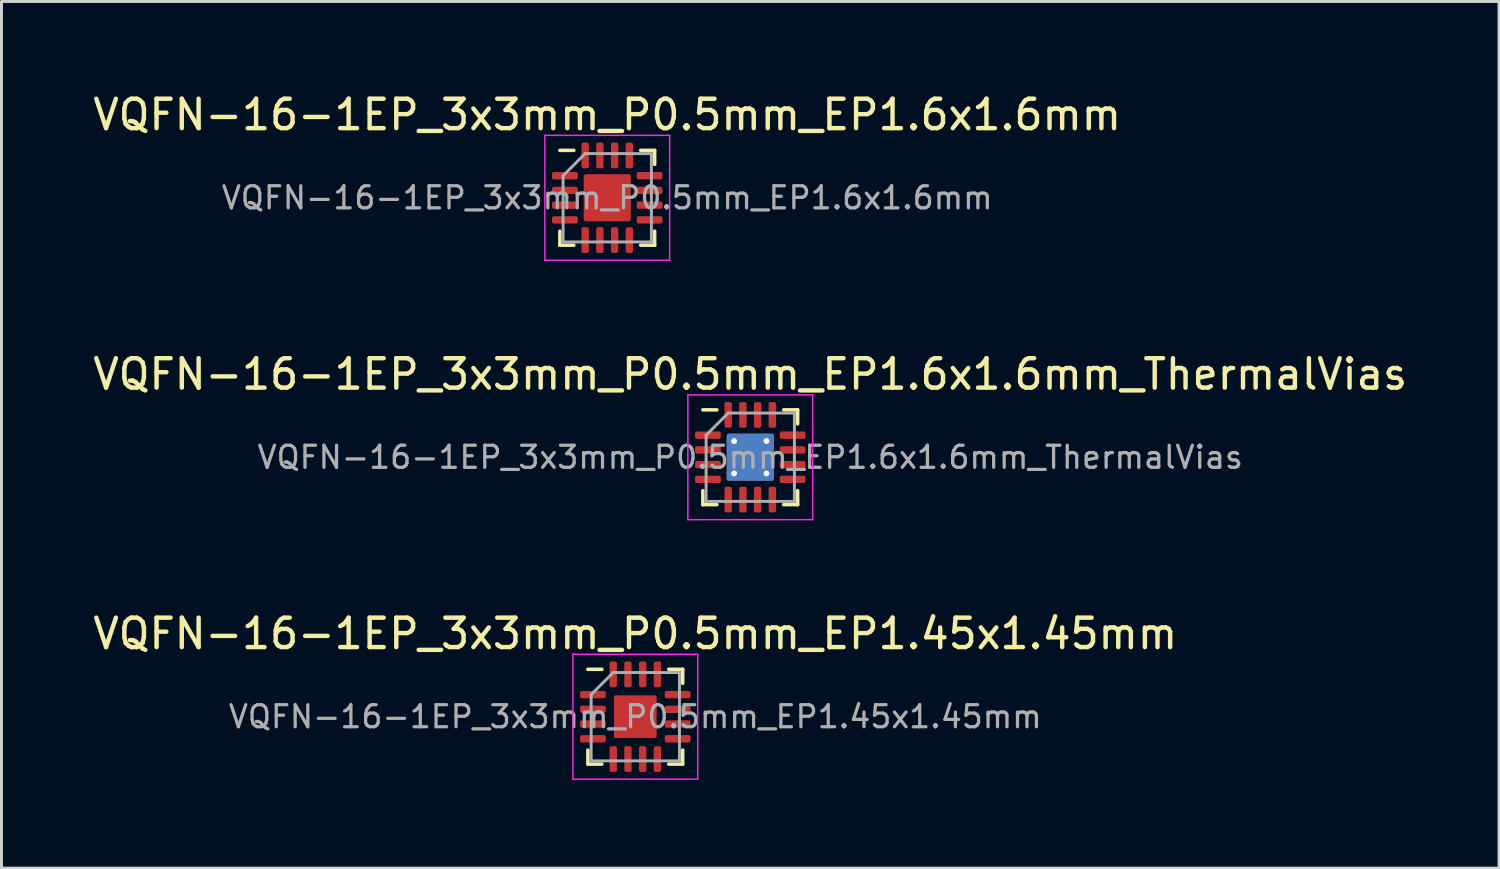
<source format=kicad_pcb>
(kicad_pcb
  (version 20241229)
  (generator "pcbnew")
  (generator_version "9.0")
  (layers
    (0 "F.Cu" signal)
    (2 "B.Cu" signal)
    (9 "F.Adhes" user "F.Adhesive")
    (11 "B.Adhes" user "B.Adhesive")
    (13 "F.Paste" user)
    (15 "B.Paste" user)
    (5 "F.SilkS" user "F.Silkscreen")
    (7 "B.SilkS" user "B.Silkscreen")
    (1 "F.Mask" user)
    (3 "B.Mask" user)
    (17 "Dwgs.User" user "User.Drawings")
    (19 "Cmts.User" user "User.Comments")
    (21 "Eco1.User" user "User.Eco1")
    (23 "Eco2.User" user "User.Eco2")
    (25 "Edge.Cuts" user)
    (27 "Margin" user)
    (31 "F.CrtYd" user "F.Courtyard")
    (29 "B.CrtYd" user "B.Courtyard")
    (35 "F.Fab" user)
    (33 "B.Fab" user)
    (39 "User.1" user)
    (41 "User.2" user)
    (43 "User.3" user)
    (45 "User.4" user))
  (footprint "VQFN-16-1EP_3x3mm_P0.5mm_EP1.6x1.6mm_ThermalVias"
    (layer "F.Cu")
    (at 22.435 12.482)
    (property "Reference" "VQFN-16-1EP_3x3mm_P0.5mm_EP1.6x1.6mm_ThermalVias" (at 0 -2.82 0) (layer "F.SilkS") (effects (font (size 1 1) (thickness 0.15))))
    (attr smd)
    (fp_line (start -1.61 1.61) (end -1.61 1.135) (stroke (width 0.12) (type solid)) (layer "F.SilkS"))
    (fp_line (start -1.135 -1.61) (end -1.61 -1.61) (stroke (width 0.12) (type solid)) (layer "F.SilkS"))
    (fp_line (start -1.135 1.61) (end -1.61 1.61) (stroke (width 0.12) (type solid)) (layer "F.SilkS"))
    (fp_line (start 1.135 -1.61) (end 1.61 -1.61) (stroke (width 0.12) (type solid)) (layer "F.SilkS"))
    (fp_line (start 1.135 1.61) (end 1.61 1.61) (stroke (width 0.12) (type solid)) (layer "F.SilkS"))
    (fp_line (start 1.61 -1.61) (end 1.61 -1.135) (stroke (width 0.12) (type solid)) (layer "F.SilkS"))
    (fp_line (start 1.61 1.61) (end 1.61 1.135) (stroke (width 0.12) (type solid)) (layer "F.SilkS"))
    (fp_line (start -2.12 -2.12) (end -2.12 2.12) (stroke (width 0.05) (type solid)) (layer "F.CrtYd"))
    (fp_line (start -2.12 2.12) (end 2.12 2.12) (stroke (width 0.05) (type solid)) (layer "F.CrtYd"))
    (fp_line (start 2.12 -2.12) (end -2.12 -2.12) (stroke (width 0.05) (type solid)) (layer "F.CrtYd"))
    (fp_line (start 2.12 2.12) (end 2.12 -2.12) (stroke (width 0.05) (type solid)) (layer "F.CrtYd"))
    (fp_line (start -1.5 -0.75) (end -0.75 -1.5) (stroke (width 0.1) (type solid)) (layer "F.Fab"))
    (fp_line (start -1.5 1.5) (end -1.5 -0.75) (stroke (width 0.1) (type solid)) (layer "F.Fab"))
    (fp_line (start -0.75 -1.5) (end 1.5 -1.5) (stroke (width 0.1) (type solid)) (layer "F.Fab"))
    (fp_line (start 1.5 -1.5) (end 1.5 1.5) (stroke (width 0.1) (type solid)) (layer "F.Fab"))
    (fp_line (start 1.5 1.5) (end -1.5 1.5) (stroke (width 0.1) (type solid)) (layer "F.Fab"))
    (fp_text user "${REFERENCE}" (at 0 0 0) (layer "F.Fab") (effects (font (size 0.75 0.75) (thickness 0.11))))
    (pad "" smd roundrect (at -0.4 -0.4) (size 0.69 0.69) (layers "F.Paste") (roundrect_rratio 0.25))
    (pad "" smd roundrect (at -0.4 0.4) (size 0.69 0.69) (layers "F.Paste") (roundrect_rratio 0.25))
    (pad "" smd roundrect (at 0.4 -0.4) (size 0.69 0.69) (layers "F.Paste") (roundrect_rratio 0.25))
    (pad "" smd roundrect (at 0.4 0.4) (size 0.69 0.69) (layers "F.Paste") (roundrect_rratio 0.25))
    (pad "1" smd roundrect (at -1.438 -0.75) (size 0.875 0.25) (layers "F.Cu" "F.Mask" "F.Paste") (roundrect_rratio 0.25))
    (pad "2" smd roundrect (at -1.438 -0.25) (size 0.875 0.25) (layers "F.Cu" "F.Mask" "F.Paste") (roundrect_rratio 0.25))
    (pad "3" smd roundrect (at -1.438 0.25) (size 0.875 0.25) (layers "F.Cu" "F.Mask" "F.Paste") (roundrect_rratio 0.25))
    (pad "4" smd roundrect (at -1.438 0.75) (size 0.875 0.25) (layers "F.Cu" "F.Mask" "F.Paste") (roundrect_rratio 0.25))
    (pad "5" smd roundrect (at -0.75 1.438) (size 0.25 0.875) (layers "F.Cu" "F.Mask" "F.Paste") (roundrect_rratio 0.25))
    (pad "6" smd roundrect (at -0.25 1.438) (size 0.25 0.875) (layers "F.Cu" "F.Mask" "F.Paste") (roundrect_rratio 0.25))
    (pad "7" smd roundrect (at 0.25 1.438) (size 0.25 0.875) (layers "F.Cu" "F.Mask" "F.Paste") (roundrect_rratio 0.25))
    (pad "8" smd roundrect (at 0.75 1.438) (size 0.25 0.875) (layers "F.Cu" "F.Mask" "F.Paste") (roundrect_rratio 0.25))
    (pad "9" smd roundrect (at 1.438 0.75) (size 0.875 0.25) (layers "F.Cu" "F.Mask" "F.Paste") (roundrect_rratio 0.25))
    (pad "10" smd roundrect (at 1.438 0.25) (size 0.875 0.25) (layers "F.Cu" "F.Mask" "F.Paste") (roundrect_rratio 0.25))
    (pad "11" smd roundrect (at 1.438 -0.25) (size 0.875 0.25) (layers "F.Cu" "F.Mask" "F.Paste") (roundrect_rratio 0.25))
    (pad "12" smd roundrect (at 1.438 -0.75) (size 0.875 0.25) (layers "F.Cu" "F.Mask" "F.Paste") (roundrect_rratio 0.25))
    (pad "13" smd roundrect (at 0.75 -1.438) (size 0.25 0.875) (layers "F.Cu" "F.Mask" "F.Paste") (roundrect_rratio 0.25))
    (pad "14" smd roundrect (at 0.25 -1.438) (size 0.25 0.875) (layers "F.Cu" "F.Mask" "F.Paste") (roundrect_rratio 0.25))
    (pad "15" smd roundrect (at -0.25 -1.438) (size 0.25 0.875) (layers "F.Cu" "F.Mask" "F.Paste") (roundrect_rratio 0.25))
    (pad "16" smd roundrect (at -0.75 -1.438) (size 0.25 0.875) (layers "F.Cu" "F.Mask" "F.Paste") (roundrect_rratio 0.25))
    (pad "17" thru_hole circle (at -0.55 -0.55) (size 0.5 0.5) (drill 0.2) (layers "*.Cu"))
    (pad "17" thru_hole circle (at -0.55 0.55) (size 0.5 0.5) (drill 0.2) (layers "*.Cu"))
    (pad "17" smd roundrect (at 0 0) (size 1.6 1.6) (layers "F.Cu" "F.Mask") (roundrect_rratio 0.039))
    (pad "17" smd roundrect (at 0 0) (size 1.6 1.6) (layers "B.Cu") (roundrect_rratio 0.039))
    (pad "17" thru_hole circle (at 0.55 -0.55) (size 0.5 0.5) (drill 0.2) (layers "*.Cu"))
    (pad "17" thru_hole circle (at 0.55 0.55) (size 0.5 0.5) (drill 0.2) (layers "*.Cu")))
  (footprint "VQFN-16-1EP_3x3mm_P0.5mm_EP1.6x1.6mm"
    (layer "F.Cu")
    (at 17.577 3.668)
    (property "Reference" "VQFN-16-1EP_3x3mm_P0.5mm_EP1.6x1.6mm" (at 0 -2.82 0) (layer "F.SilkS") (effects (font (size 1 1) (thickness 0.15))))
    (attr smd)
    (fp_line (start -1.61 1.61) (end -1.61 1.135) (stroke (width 0.12) (type solid)) (layer "F.SilkS"))
    (fp_line (start -1.135 -1.61) (end -1.61 -1.61) (stroke (width 0.12) (type solid)) (layer "F.SilkS"))
    (fp_line (start -1.135 1.61) (end -1.61 1.61) (stroke (width 0.12) (type solid)) (layer "F.SilkS"))
    (fp_line (start 1.135 -1.61) (end 1.61 -1.61) (stroke (width 0.12) (type solid)) (layer "F.SilkS"))
    (fp_line (start 1.135 1.61) (end 1.61 1.61) (stroke (width 0.12) (type solid)) (layer "F.SilkS"))
    (fp_line (start 1.61 -1.61) (end 1.61 -1.135) (stroke (width 0.12) (type solid)) (layer "F.SilkS"))
    (fp_line (start 1.61 1.61) (end 1.61 1.135) (stroke (width 0.12) (type solid)) (layer "F.SilkS"))
    (fp_line (start -2.12 -2.12) (end -2.12 2.12) (stroke (width 0.05) (type solid)) (layer "F.CrtYd"))
    (fp_line (start -2.12 2.12) (end 2.12 2.12) (stroke (width 0.05) (type solid)) (layer "F.CrtYd"))
    (fp_line (start 2.12 -2.12) (end -2.12 -2.12) (stroke (width 0.05) (type solid)) (layer "F.CrtYd"))
    (fp_line (start 2.12 2.12) (end 2.12 -2.12) (stroke (width 0.05) (type solid)) (layer "F.CrtYd"))
    (fp_line (start -1.5 -0.75) (end -0.75 -1.5) (stroke (width 0.1) (type solid)) (layer "F.Fab"))
    (fp_line (start -1.5 1.5) (end -1.5 -0.75) (stroke (width 0.1) (type solid)) (layer "F.Fab"))
    (fp_line (start -0.75 -1.5) (end 1.5 -1.5) (stroke (width 0.1) (type solid)) (layer "F.Fab"))
    (fp_line (start 1.5 -1.5) (end 1.5 1.5) (stroke (width 0.1) (type solid)) (layer "F.Fab"))
    (fp_line (start 1.5 1.5) (end -1.5 1.5) (stroke (width 0.1) (type solid)) (layer "F.Fab"))
    (fp_text user "${REFERENCE}" (at 0 0 0) (layer "F.Fab") (effects (font (size 0.75 0.75) (thickness 0.11))))
    (pad "" smd roundrect (at -0.4 -0.4) (size 0.64 0.64) (layers "F.Paste") (roundrect_rratio 0.25))
    (pad "" smd roundrect (at -0.4 0.4) (size 0.64 0.64) (layers "F.Paste") (roundrect_rratio 0.25))
    (pad "" smd roundrect (at 0.4 -0.4) (size 0.64 0.64) (layers "F.Paste") (roundrect_rratio 0.25))
    (pad "" smd roundrect (at 0.4 0.4) (size 0.64 0.64) (layers "F.Paste") (roundrect_rratio 0.25))
    (pad "1" smd roundrect (at -1.438 -0.75) (size 0.875 0.25) (layers "F.Cu" "F.Mask" "F.Paste") (roundrect_rratio 0.25))
    (pad "2" smd roundrect (at -1.438 -0.25) (size 0.875 0.25) (layers "F.Cu" "F.Mask" "F.Paste") (roundrect_rratio 0.25))
    (pad "3" smd roundrect (at -1.438 0.25) (size 0.875 0.25) (layers "F.Cu" "F.Mask" "F.Paste") (roundrect_rratio 0.25))
    (pad "4" smd roundrect (at -1.438 0.75) (size 0.875 0.25) (layers "F.Cu" "F.Mask" "F.Paste") (roundrect_rratio 0.25))
    (pad "5" smd roundrect (at -0.75 1.438) (size 0.25 0.875) (layers "F.Cu" "F.Mask" "F.Paste") (roundrect_rratio 0.25))
    (pad "6" smd roundrect (at -0.25 1.438) (size 0.25 0.875) (layers "F.Cu" "F.Mask" "F.Paste") (roundrect_rratio 0.25))
    (pad "7" smd roundrect (at 0.25 1.438) (size 0.25 0.875) (layers "F.Cu" "F.Mask" "F.Paste") (roundrect_rratio 0.25))
    (pad "8" smd roundrect (at 0.75 1.438) (size 0.25 0.875) (layers "F.Cu" "F.Mask" "F.Paste") (roundrect_rratio 0.25))
    (pad "9" smd roundrect (at 1.438 0.75) (size 0.875 0.25) (layers "F.Cu" "F.Mask" "F.Paste") (roundrect_rratio 0.25))
    (pad "10" smd roundrect (at 1.438 0.25) (size 0.875 0.25) (layers "F.Cu" "F.Mask" "F.Paste") (roundrect_rratio 0.25))
    (pad "11" smd roundrect (at 1.438 -0.25) (size 0.875 0.25) (layers "F.Cu" "F.Mask" "F.Paste") (roundrect_rratio 0.25))
    (pad "12" smd roundrect (at 1.438 -0.75) (size 0.875 0.25) (layers "F.Cu" "F.Mask" "F.Paste") (roundrect_rratio 0.25))
    (pad "13" smd roundrect (at 0.75 -1.438) (size 0.25 0.875) (layers "F.Cu" "F.Mask" "F.Paste") (roundrect_rratio 0.25))
    (pad "14" smd roundrect (at 0.25 -1.438) (size 0.25 0.875) (layers "F.Cu" "F.Mask" "F.Paste") (roundrect_rratio 0.25))
    (pad "15" smd roundrect (at -0.25 -1.438) (size 0.25 0.875) (layers "F.Cu" "F.Mask" "F.Paste") (roundrect_rratio 0.25))
    (pad "16" smd roundrect (at -0.75 -1.438) (size 0.25 0.875) (layers "F.Cu" "F.Mask" "F.Paste") (roundrect_rratio 0.25))
    (pad "17" smd roundrect (at 0 0) (size 1.6 1.6) (layers "F.Cu" "F.Mask") (roundrect_rratio 0.039)))
  (footprint "VQFN-16-1EP_3x3mm_P0.5mm_EP1.45x1.45mm"
    (layer "F.Cu")
    (at 18.53 21.295)
    (property "Reference" "VQFN-16-1EP_3x3mm_P0.5mm_EP1.45x1.45mm" (at 0 -2.82 0) (layer "F.SilkS") (effects (font (size 1 1) (thickness 0.15))))
    (attr smd)
    (fp_line (start -1.61 1.61) (end -1.61 1.135) (stroke (width 0.12) (type solid)) (layer "F.SilkS"))
    (fp_line (start -1.135 -1.61) (end -1.61 -1.61) (stroke (width 0.12) (type solid)) (layer "F.SilkS"))
    (fp_line (start -1.135 1.61) (end -1.61 1.61) (stroke (width 0.12) (type solid)) (layer "F.SilkS"))
    (fp_line (start 1.135 -1.61) (end 1.61 -1.61) (stroke (width 0.12) (type solid)) (layer "F.SilkS"))
    (fp_line (start 1.135 1.61) (end 1.61 1.61) (stroke (width 0.12) (type solid)) (layer "F.SilkS"))
    (fp_line (start 1.61 -1.61) (end 1.61 -1.135) (stroke (width 0.12) (type solid)) (layer "F.SilkS"))
    (fp_line (start 1.61 1.61) (end 1.61 1.135) (stroke (width 0.12) (type solid)) (layer "F.SilkS"))
    (fp_line (start -2.12 -2.12) (end -2.12 2.12) (stroke (width 0.05) (type solid)) (layer "F.CrtYd"))
    (fp_line (start -2.12 2.12) (end 2.12 2.12) (stroke (width 0.05) (type solid)) (layer "F.CrtYd"))
    (fp_line (start 2.12 -2.12) (end -2.12 -2.12) (stroke (width 0.05) (type solid)) (layer "F.CrtYd"))
    (fp_line (start 2.12 2.12) (end 2.12 -2.12) (stroke (width 0.05) (type solid)) (layer "F.CrtYd"))
    (fp_line (start -1.5 -0.75) (end -0.75 -1.5) (stroke (width 0.1) (type solid)) (layer "F.Fab"))
    (fp_line (start -1.5 1.5) (end -1.5 -0.75) (stroke (width 0.1) (type solid)) (layer "F.Fab"))
    (fp_line (start -0.75 -1.5) (end 1.5 -1.5) (stroke (width 0.1) (type solid)) (layer "F.Fab"))
    (fp_line (start 1.5 -1.5) (end 1.5 1.5) (stroke (width 0.1) (type solid)) (layer "F.Fab"))
    (fp_line (start 1.5 1.5) (end -1.5 1.5) (stroke (width 0.1) (type solid)) (layer "F.Fab"))
    (fp_text user "${REFERENCE}" (at 0 0 0) (layer "F.Fab") (effects (font (size 0.75 0.75) (thickness 0.11))))
    (pad "" smd roundrect (at -0.36 -0.36) (size 0.58 0.58) (layers "F.Paste") (roundrect_rratio 0.25))
    (pad "" smd roundrect (at -0.36 0.36) (size 0.58 0.58) (layers "F.Paste") (roundrect_rratio 0.25))
    (pad "" smd roundrect (at 0.36 -0.36) (size 0.58 0.58) (layers "F.Paste") (roundrect_rratio 0.25))
    (pad "" smd roundrect (at 0.36 0.36) (size 0.58 0.58) (layers "F.Paste") (roundrect_rratio 0.25))
    (pad "1" smd roundrect (at -1.438 -0.75) (size 0.875 0.25) (layers "F.Cu" "F.Mask" "F.Paste") (roundrect_rratio 0.25))
    (pad "2" smd roundrect (at -1.438 -0.25) (size 0.875 0.25) (layers "F.Cu" "F.Mask" "F.Paste") (roundrect_rratio 0.25))
    (pad "3" smd roundrect (at -1.438 0.25) (size 0.875 0.25) (layers "F.Cu" "F.Mask" "F.Paste") (roundrect_rratio 0.25))
    (pad "4" smd roundrect (at -1.438 0.75) (size 0.875 0.25) (layers "F.Cu" "F.Mask" "F.Paste") (roundrect_rratio 0.25))
    (pad "5" smd roundrect (at -0.75 1.438) (size 0.25 0.875) (layers "F.Cu" "F.Mask" "F.Paste") (roundrect_rratio 0.25))
    (pad "6" smd roundrect (at -0.25 1.438) (size 0.25 0.875) (layers "F.Cu" "F.Mask" "F.Paste") (roundrect_rratio 0.25))
    (pad "7" smd roundrect (at 0.25 1.438) (size 0.25 0.875) (layers "F.Cu" "F.Mask" "F.Paste") (roundrect_rratio 0.25))
    (pad "8" smd roundrect (at 0.75 1.438) (size 0.25 0.875) (layers "F.Cu" "F.Mask" "F.Paste") (roundrect_rratio 0.25))
    (pad "9" smd roundrect (at 1.438 0.75) (size 0.875 0.25) (layers "F.Cu" "F.Mask" "F.Paste") (roundrect_rratio 0.25))
    (pad "10" smd roundrect (at 1.438 0.25) (size 0.875 0.25) (layers "F.Cu" "F.Mask" "F.Paste") (roundrect_rratio 0.25))
    (pad "11" smd roundrect (at 1.438 -0.25) (size 0.875 0.25) (layers "F.Cu" "F.Mask" "F.Paste") (roundrect_rratio 0.25))
    (pad "12" smd roundrect (at 1.438 -0.75) (size 0.875 0.25) (layers "F.Cu" "F.Mask" "F.Paste") (roundrect_rratio 0.25))
    (pad "13" smd roundrect (at 0.75 -1.438) (size 0.25 0.875) (layers "F.Cu" "F.Mask" "F.Paste") (roundrect_rratio 0.25))
    (pad "14" smd roundrect (at 0.25 -1.438) (size 0.25 0.875) (layers "F.Cu" "F.Mask" "F.Paste") (roundrect_rratio 0.25))
    (pad "15" smd roundrect (at -0.25 -1.438) (size 0.25 0.875) (layers "F.Cu" "F.Mask" "F.Paste") (roundrect_rratio 0.25))
    (pad "16" smd roundrect (at -0.75 -1.438) (size 0.25 0.875) (layers "F.Cu" "F.Mask" "F.Paste") (roundrect_rratio 0.25))
    (pad "17" smd roundrect (at 0 0) (size 1.45 1.45) (layers "F.Cu" "F.Mask") (roundrect_rratio 0.043)))
  (gr_rect
    (start -3 -3)
    (end 47.869 26.44)
    (stroke (width 0.1) (type default))
    (fill no)
    (layer "Edge.Cuts")))
</source>
